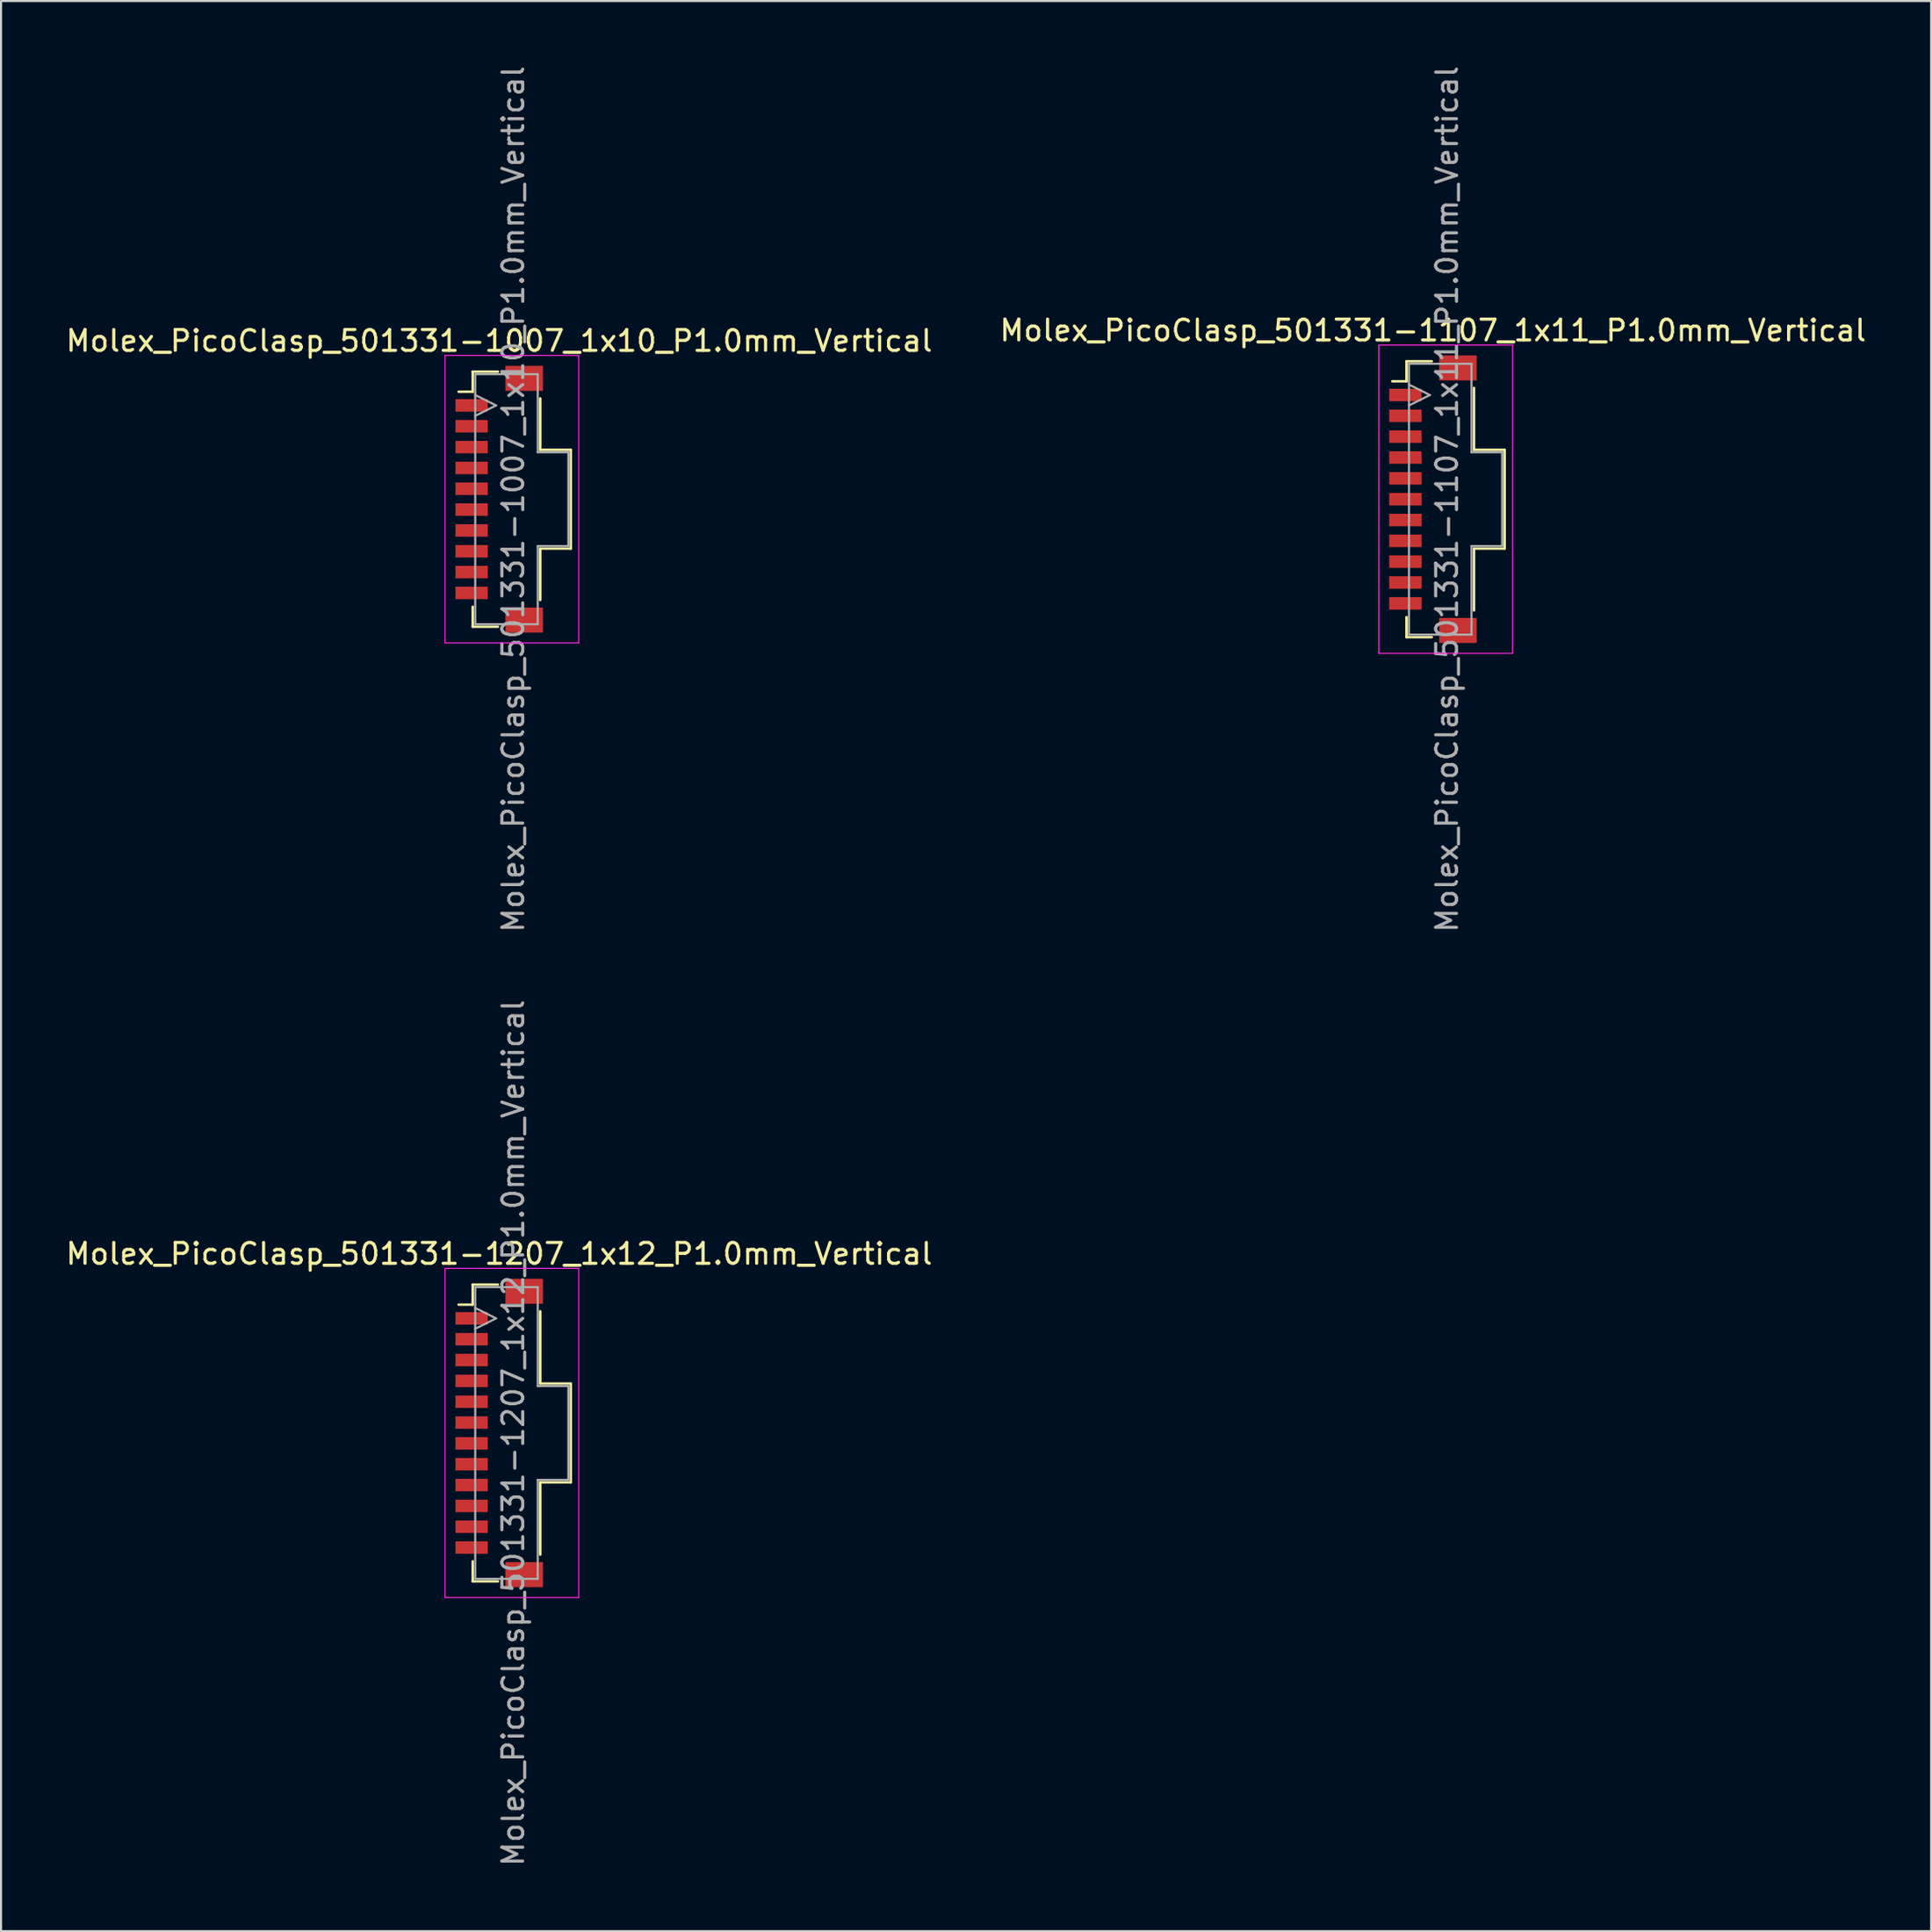
<source format=kicad_pcb>
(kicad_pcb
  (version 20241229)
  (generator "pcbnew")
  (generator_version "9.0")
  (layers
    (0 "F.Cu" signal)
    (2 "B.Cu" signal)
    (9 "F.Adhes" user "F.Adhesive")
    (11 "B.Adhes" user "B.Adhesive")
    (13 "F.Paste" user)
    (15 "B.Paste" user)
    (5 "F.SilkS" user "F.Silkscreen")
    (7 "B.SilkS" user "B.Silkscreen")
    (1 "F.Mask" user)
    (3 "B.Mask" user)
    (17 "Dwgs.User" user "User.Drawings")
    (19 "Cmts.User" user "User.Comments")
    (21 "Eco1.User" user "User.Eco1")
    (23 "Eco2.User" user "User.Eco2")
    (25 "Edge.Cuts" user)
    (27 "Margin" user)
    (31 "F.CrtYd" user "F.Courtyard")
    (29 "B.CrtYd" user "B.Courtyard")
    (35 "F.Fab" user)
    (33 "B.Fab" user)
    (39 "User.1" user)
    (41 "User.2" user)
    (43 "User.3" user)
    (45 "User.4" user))
  (footprint "Molex_PicoClasp_501331-1007_1x10_P1.0mm_Vertical"
    (layer "F.Cu")
    (at 20.911 20.911)
    (property "Reference" "Molex_PicoClasp_501331-1007_1x10_P1.0mm_Vertical" (at 0 -7.6 0) (layer "F.SilkS") (effects (font (size 1 1) (thickness 0.15))))
    (attr smd)
    (fp_line (start -1.95 -5.16) (end -1.27 -5.16) (stroke (width 0.12) (type solid)) (layer "F.SilkS"))
    (fp_line (start -1.27 -6.12) (end -0.06 -6.12) (stroke (width 0.12) (type solid)) (layer "F.SilkS"))
    (fp_line (start -1.27 -5.16) (end -1.27 -6.12) (stroke (width 0.12) (type solid)) (layer "F.SilkS"))
    (fp_line (start -1.27 5.16) (end -1.27 6.12) (stroke (width 0.12) (type solid)) (layer "F.SilkS"))
    (fp_line (start -1.27 6.12) (end -0.06 6.12) (stroke (width 0.12) (type solid)) (layer "F.SilkS"))
    (fp_line (start 1.97 -4.84) (end 1.97 -2.37) (stroke (width 0.12) (type solid)) (layer "F.SilkS"))
    (fp_line (start 1.97 -2.37) (end 3.44 -2.37) (stroke (width 0.12) (type solid)) (layer "F.SilkS"))
    (fp_line (start 1.97 2.37) (end 1.97 4.84) (stroke (width 0.12) (type solid)) (layer "F.SilkS"))
    (fp_line (start 3.44 -2.37) (end 3.44 2.37) (stroke (width 0.12) (type solid)) (layer "F.SilkS"))
    (fp_line (start 3.44 2.37) (end 1.97 2.37) (stroke (width 0.12) (type solid)) (layer "F.SilkS"))
    (fp_line (start -2.6 -6.9) (end -2.6 6.9) (stroke (width 0.05) (type solid)) (layer "F.CrtYd"))
    (fp_line (start -2.6 6.9) (end 3.82 6.9) (stroke (width 0.05) (type solid)) (layer "F.CrtYd"))
    (fp_line (start 3.82 -6.9) (end -2.6 -6.9) (stroke (width 0.05) (type solid)) (layer "F.CrtYd"))
    (fp_line (start 3.82 6.9) (end 3.82 -6.9) (stroke (width 0.05) (type solid)) (layer "F.CrtYd"))
    (fp_line (start -1.15 -6) (end 1.85 -6) (stroke (width 0.1) (type solid)) (layer "F.Fab"))
    (fp_line (start -1.15 -4) (end -0.15 -4.5) (stroke (width 0.1) (type solid)) (layer "F.Fab"))
    (fp_line (start -1.15 6) (end -1.15 -6) (stroke (width 0.1) (type solid)) (layer "F.Fab"))
    (fp_line (start -0.15 -4.5) (end -1.15 -5) (stroke (width 0.1) (type solid)) (layer "F.Fab"))
    (fp_line (start 1.85 -6) (end 1.85 -2.25) (stroke (width 0.1) (type solid)) (layer "F.Fab"))
    (fp_line (start 1.85 -2.25) (end 3.32 -2.25) (stroke (width 0.1) (type solid)) (layer "F.Fab"))
    (fp_line (start 1.85 2.25) (end 1.85 6) (stroke (width 0.1) (type solid)) (layer "F.Fab"))
    (fp_line (start 1.85 6) (end -1.15 6) (stroke (width 0.1) (type solid)) (layer "F.Fab"))
    (fp_line (start 3.32 -2.25) (end 3.32 2.25) (stroke (width 0.1) (type solid)) (layer "F.Fab"))
    (fp_line (start 3.32 2.25) (end 1.85 2.25) (stroke (width 0.1) (type solid)) (layer "F.Fab"))
    (fp_text user "${REFERENCE}" (at 0.675 0 90) (layer "F.Fab") (effects (font (size 1 1) (thickness 0.15))))
    (pad "" smd rect (at 1.2 -5.8) (size 1.8 1.2) (layers "F.Cu" "F.Mask" "F.Paste"))
    (pad "" smd rect (at 1.2 5.8) (size 1.8 1.2) (layers "F.Cu" "F.Mask" "F.Paste"))
    (pad "1" smd rect (at -1.325 -4.5) (size 1.55 0.6) (layers "F.Cu" "F.Mask" "F.Paste"))
    (pad "2" smd rect (at -1.325 -3.5) (size 1.55 0.6) (layers "F.Cu" "F.Mask" "F.Paste"))
    (pad "3" smd rect (at -1.325 -2.5) (size 1.55 0.6) (layers "F.Cu" "F.Mask" "F.Paste"))
    (pad "4" smd rect (at -1.325 -1.5) (size 1.55 0.6) (layers "F.Cu" "F.Mask" "F.Paste"))
    (pad "5" smd rect (at -1.325 -0.5) (size 1.55 0.6) (layers "F.Cu" "F.Mask" "F.Paste"))
    (pad "6" smd rect (at -1.325 0.5) (size 1.55 0.6) (layers "F.Cu" "F.Mask" "F.Paste"))
    (pad "7" smd rect (at -1.325 1.5) (size 1.55 0.6) (layers "F.Cu" "F.Mask" "F.Paste"))
    (pad "8" smd rect (at -1.325 2.5) (size 1.55 0.6) (layers "F.Cu" "F.Mask" "F.Paste"))
    (pad "9" smd rect (at -1.325 3.5) (size 1.55 0.6) (layers "F.Cu" "F.Mask" "F.Paste"))
    (pad "10" smd rect (at -1.325 4.5) (size 1.55 0.6) (layers "F.Cu" "F.Mask" "F.Paste")))
  (footprint "Molex_PicoClasp_501331-1207_1x12_P1.0mm_Vertical"
    (layer "F.Cu")
    (at 20.911 65.732)
    (property "Reference" "Molex_PicoClasp_501331-1207_1x12_P1.0mm_Vertical" (at 0 -8.6 0) (layer "F.SilkS") (effects (font (size 1 1) (thickness 0.15))))
    (attr smd)
    (fp_line (start -1.95 -6.16) (end -1.27 -6.16) (stroke (width 0.12) (type solid)) (layer "F.SilkS"))
    (fp_line (start -1.27 -7.12) (end -0.06 -7.12) (stroke (width 0.12) (type solid)) (layer "F.SilkS"))
    (fp_line (start -1.27 -6.16) (end -1.27 -7.12) (stroke (width 0.12) (type solid)) (layer "F.SilkS"))
    (fp_line (start -1.27 6.16) (end -1.27 7.12) (stroke (width 0.12) (type solid)) (layer "F.SilkS"))
    (fp_line (start -1.27 7.12) (end -0.06 7.12) (stroke (width 0.12) (type solid)) (layer "F.SilkS"))
    (fp_line (start 1.97 -5.84) (end 1.97 -2.37) (stroke (width 0.12) (type solid)) (layer "F.SilkS"))
    (fp_line (start 1.97 -2.37) (end 3.44 -2.37) (stroke (width 0.12) (type solid)) (layer "F.SilkS"))
    (fp_line (start 1.97 2.37) (end 1.97 5.84) (stroke (width 0.12) (type solid)) (layer "F.SilkS"))
    (fp_line (start 3.44 -2.37) (end 3.44 2.37) (stroke (width 0.12) (type solid)) (layer "F.SilkS"))
    (fp_line (start 3.44 2.37) (end 1.97 2.37) (stroke (width 0.12) (type solid)) (layer "F.SilkS"))
    (fp_line (start -2.6 -7.9) (end -2.6 7.9) (stroke (width 0.05) (type solid)) (layer "F.CrtYd"))
    (fp_line (start -2.6 7.9) (end 3.82 7.9) (stroke (width 0.05) (type solid)) (layer "F.CrtYd"))
    (fp_line (start 3.82 -7.9) (end -2.6 -7.9) (stroke (width 0.05) (type solid)) (layer "F.CrtYd"))
    (fp_line (start 3.82 7.9) (end 3.82 -7.9) (stroke (width 0.05) (type solid)) (layer "F.CrtYd"))
    (fp_line (start -1.15 -7) (end 1.85 -7) (stroke (width 0.1) (type solid)) (layer "F.Fab"))
    (fp_line (start -1.15 -5) (end -0.15 -5.5) (stroke (width 0.1) (type solid)) (layer "F.Fab"))
    (fp_line (start -1.15 7) (end -1.15 -7) (stroke (width 0.1) (type solid)) (layer "F.Fab"))
    (fp_line (start -0.15 -5.5) (end -1.15 -6) (stroke (width 0.1) (type solid)) (layer "F.Fab"))
    (fp_line (start 1.85 -7) (end 1.85 -2.25) (stroke (width 0.1) (type solid)) (layer "F.Fab"))
    (fp_line (start 1.85 -2.25) (end 3.32 -2.25) (stroke (width 0.1) (type solid)) (layer "F.Fab"))
    (fp_line (start 1.85 2.25) (end 1.85 7) (stroke (width 0.1) (type solid)) (layer "F.Fab"))
    (fp_line (start 1.85 7) (end -1.15 7) (stroke (width 0.1) (type solid)) (layer "F.Fab"))
    (fp_line (start 3.32 -2.25) (end 3.32 2.25) (stroke (width 0.1) (type solid)) (layer "F.Fab"))
    (fp_line (start 3.32 2.25) (end 1.85 2.25) (stroke (width 0.1) (type solid)) (layer "F.Fab"))
    (fp_text user "${REFERENCE}" (at 0.675 0 90) (layer "F.Fab") (effects (font (size 1 1) (thickness 0.15))))
    (pad "" smd rect (at 1.2 -6.8) (size 1.8 1.2) (layers "F.Cu" "F.Mask" "F.Paste"))
    (pad "" smd rect (at 1.2 6.8) (size 1.8 1.2) (layers "F.Cu" "F.Mask" "F.Paste"))
    (pad "1" smd rect (at -1.325 -5.5) (size 1.55 0.6) (layers "F.Cu" "F.Mask" "F.Paste"))
    (pad "2" smd rect (at -1.325 -4.5) (size 1.55 0.6) (layers "F.Cu" "F.Mask" "F.Paste"))
    (pad "3" smd rect (at -1.325 -3.5) (size 1.55 0.6) (layers "F.Cu" "F.Mask" "F.Paste"))
    (pad "4" smd rect (at -1.325 -2.5) (size 1.55 0.6) (layers "F.Cu" "F.Mask" "F.Paste"))
    (pad "5" smd rect (at -1.325 -1.5) (size 1.55 0.6) (layers "F.Cu" "F.Mask" "F.Paste"))
    (pad "6" smd rect (at -1.325 -0.5) (size 1.55 0.6) (layers "F.Cu" "F.Mask" "F.Paste"))
    (pad "7" smd rect (at -1.325 0.5) (size 1.55 0.6) (layers "F.Cu" "F.Mask" "F.Paste"))
    (pad "8" smd rect (at -1.325 1.5) (size 1.55 0.6) (layers "F.Cu" "F.Mask" "F.Paste"))
    (pad "9" smd rect (at -1.325 2.5) (size 1.55 0.6) (layers "F.Cu" "F.Mask" "F.Paste"))
    (pad "10" smd rect (at -1.325 3.5) (size 1.55 0.6) (layers "F.Cu" "F.Mask" "F.Paste"))
    (pad "11" smd rect (at -1.325 4.5) (size 1.55 0.6) (layers "F.Cu" "F.Mask" "F.Paste"))
    (pad "12" smd rect (at -1.325 5.5) (size 1.55 0.6) (layers "F.Cu" "F.Mask" "F.Paste")))
  (footprint "Molex_PicoClasp_501331-1107_1x11_P1.0mm_Vertical"
    (layer "F.Cu")
    (at 65.732 20.911)
    (property "Reference" "Molex_PicoClasp_501331-1107_1x11_P1.0mm_Vertical" (at 0 -8.1 0) (layer "F.SilkS") (effects (font (size 1 1) (thickness 0.15))))
    (attr smd)
    (fp_line (start -1.95 -5.66) (end -1.27 -5.66) (stroke (width 0.12) (type solid)) (layer "F.SilkS"))
    (fp_line (start -1.27 -6.62) (end -0.06 -6.62) (stroke (width 0.12) (type solid)) (layer "F.SilkS"))
    (fp_line (start -1.27 -5.66) (end -1.27 -6.62) (stroke (width 0.12) (type solid)) (layer "F.SilkS"))
    (fp_line (start -1.27 5.66) (end -1.27 6.62) (stroke (width 0.12) (type solid)) (layer "F.SilkS"))
    (fp_line (start -1.27 6.62) (end -0.06 6.62) (stroke (width 0.12) (type solid)) (layer "F.SilkS"))
    (fp_line (start 1.97 -5.34) (end 1.97 -2.37) (stroke (width 0.12) (type solid)) (layer "F.SilkS"))
    (fp_line (start 1.97 -2.37) (end 3.44 -2.37) (stroke (width 0.12) (type solid)) (layer "F.SilkS"))
    (fp_line (start 1.97 2.37) (end 1.97 5.34) (stroke (width 0.12) (type solid)) (layer "F.SilkS"))
    (fp_line (start 3.44 -2.37) (end 3.44 2.37) (stroke (width 0.12) (type solid)) (layer "F.SilkS"))
    (fp_line (start 3.44 2.37) (end 1.97 2.37) (stroke (width 0.12) (type solid)) (layer "F.SilkS"))
    (fp_line (start -2.6 -7.4) (end -2.6 7.4) (stroke (width 0.05) (type solid)) (layer "F.CrtYd"))
    (fp_line (start -2.6 7.4) (end 3.82 7.4) (stroke (width 0.05) (type solid)) (layer "F.CrtYd"))
    (fp_line (start 3.82 -7.4) (end -2.6 -7.4) (stroke (width 0.05) (type solid)) (layer "F.CrtYd"))
    (fp_line (start 3.82 7.4) (end 3.82 -7.4) (stroke (width 0.05) (type solid)) (layer "F.CrtYd"))
    (fp_line (start -1.15 -6.5) (end 1.85 -6.5) (stroke (width 0.1) (type solid)) (layer "F.Fab"))
    (fp_line (start -1.15 -4.5) (end -0.15 -5) (stroke (width 0.1) (type solid)) (layer "F.Fab"))
    (fp_line (start -1.15 6.5) (end -1.15 -6.5) (stroke (width 0.1) (type solid)) (layer "F.Fab"))
    (fp_line (start -0.15 -5) (end -1.15 -5.5) (stroke (width 0.1) (type solid)) (layer "F.Fab"))
    (fp_line (start 1.85 -6.5) (end 1.85 -2.25) (stroke (width 0.1) (type solid)) (layer "F.Fab"))
    (fp_line (start 1.85 -2.25) (end 3.32 -2.25) (stroke (width 0.1) (type solid)) (layer "F.Fab"))
    (fp_line (start 1.85 2.25) (end 1.85 6.5) (stroke (width 0.1) (type solid)) (layer "F.Fab"))
    (fp_line (start 1.85 6.5) (end -1.15 6.5) (stroke (width 0.1) (type solid)) (layer "F.Fab"))
    (fp_line (start 3.32 -2.25) (end 3.32 2.25) (stroke (width 0.1) (type solid)) (layer "F.Fab"))
    (fp_line (start 3.32 2.25) (end 1.85 2.25) (stroke (width 0.1) (type solid)) (layer "F.Fab"))
    (fp_text user "${REFERENCE}" (at 0.675 0 90) (layer "F.Fab") (effects (font (size 1 1) (thickness 0.15))))
    (pad "" smd rect (at 1.2 -6.3) (size 1.8 1.2) (layers "F.Cu" "F.Mask" "F.Paste"))
    (pad "" smd rect (at 1.2 6.3) (size 1.8 1.2) (layers "F.Cu" "F.Mask" "F.Paste"))
    (pad "1" smd rect (at -1.325 -5) (size 1.55 0.6) (layers "F.Cu" "F.Mask" "F.Paste"))
    (pad "2" smd rect (at -1.325 -4) (size 1.55 0.6) (layers "F.Cu" "F.Mask" "F.Paste"))
    (pad "3" smd rect (at -1.325 -3) (size 1.55 0.6) (layers "F.Cu" "F.Mask" "F.Paste"))
    (pad "4" smd rect (at -1.325 -2) (size 1.55 0.6) (layers "F.Cu" "F.Mask" "F.Paste"))
    (pad "5" smd rect (at -1.325 -1) (size 1.55 0.6) (layers "F.Cu" "F.Mask" "F.Paste"))
    (pad "6" smd rect (at -1.325 0) (size 1.55 0.6) (layers "F.Cu" "F.Mask" "F.Paste"))
    (pad "7" smd rect (at -1.325 1) (size 1.55 0.6) (layers "F.Cu" "F.Mask" "F.Paste"))
    (pad "8" smd rect (at -1.325 2) (size 1.55 0.6) (layers "F.Cu" "F.Mask" "F.Paste"))
    (pad "9" smd rect (at -1.325 3) (size 1.55 0.6) (layers "F.Cu" "F.Mask" "F.Paste"))
    (pad "10" smd rect (at -1.325 4) (size 1.55 0.6) (layers "F.Cu" "F.Mask" "F.Paste"))
    (pad "11" smd rect (at -1.325 5) (size 1.55 0.6) (layers "F.Cu" "F.Mask" "F.Paste")))
  (gr_rect
    (start -3 -3)
    (end 89.643 89.643)
    (stroke (width 0.1) (type default))
    (fill no)
    (layer "Edge.Cuts")))
</source>
